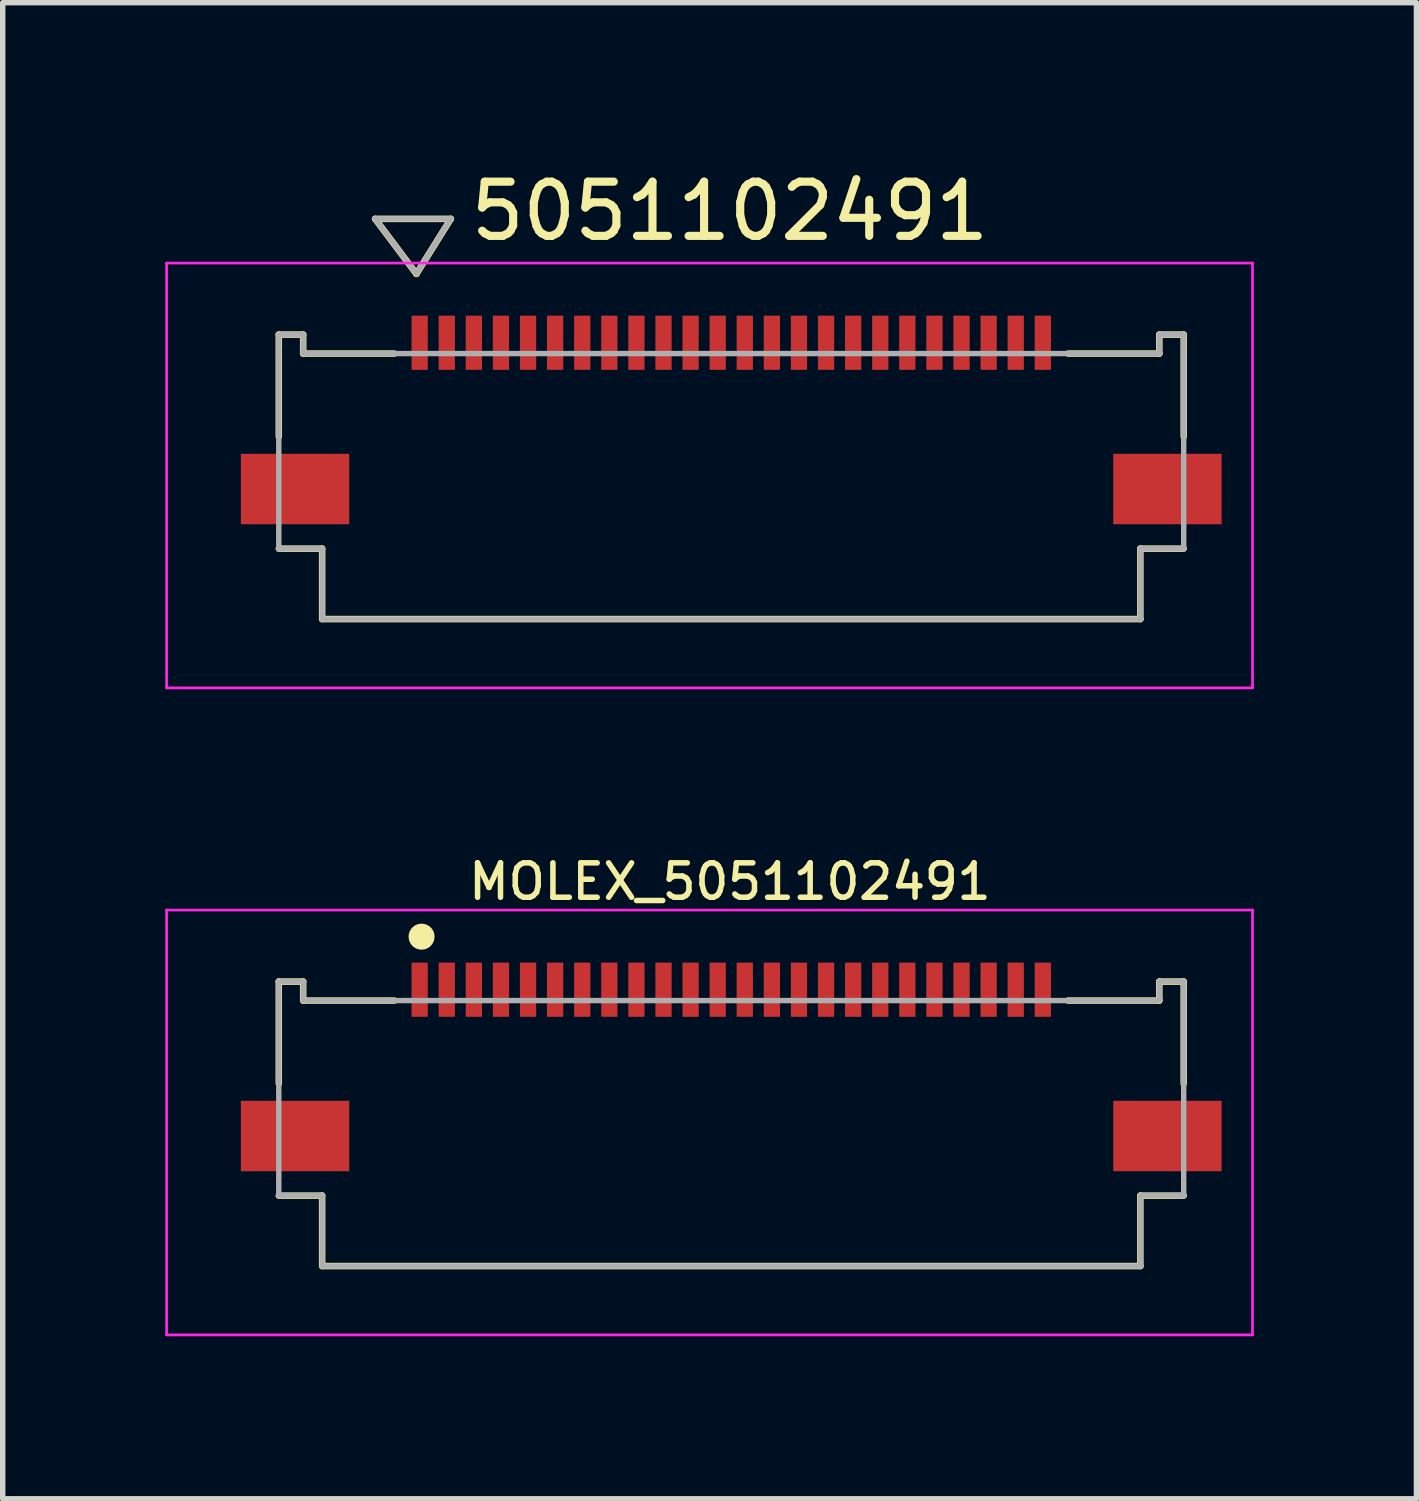
<source format=kicad_pcb>
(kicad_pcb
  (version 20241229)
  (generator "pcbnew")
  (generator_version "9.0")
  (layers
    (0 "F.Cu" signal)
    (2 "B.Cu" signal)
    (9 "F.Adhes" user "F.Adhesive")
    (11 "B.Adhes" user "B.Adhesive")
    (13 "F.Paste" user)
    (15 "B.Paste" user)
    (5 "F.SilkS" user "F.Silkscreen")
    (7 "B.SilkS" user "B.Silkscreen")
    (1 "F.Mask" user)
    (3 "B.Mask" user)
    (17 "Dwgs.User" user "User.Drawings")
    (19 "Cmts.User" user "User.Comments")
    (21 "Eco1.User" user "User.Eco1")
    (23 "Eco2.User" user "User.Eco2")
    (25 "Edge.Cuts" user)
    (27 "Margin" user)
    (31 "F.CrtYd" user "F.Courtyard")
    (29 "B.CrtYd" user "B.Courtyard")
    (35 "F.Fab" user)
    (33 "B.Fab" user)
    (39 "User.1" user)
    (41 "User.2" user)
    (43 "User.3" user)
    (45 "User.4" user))
  (footprint "MOLEX_5051102491"
    (layer "F.Cu")
    (at 10.445 17.665)
    (property "Reference" "MOLEX_5051102491" (at -0.025 -4.445 0) (layer "F.SilkS") (effects (font (size 0.635 0.635) (thickness 0.102))))
    (attr smd)
    (fp_line (start -8.35 -2.6) (end -7.9 -2.6) (stroke (width 0.12) (type solid)) (layer "F.SilkS"))
    (fp_line (start -8.35 -0.718) (end -8.35 -2.6) (stroke (width 0.12) (type solid)) (layer "F.SilkS"))
    (fp_line (start -7.9 -2.6) (end -7.9 -2.25) (stroke (width 0.12) (type solid)) (layer "F.SilkS"))
    (fp_line (start -7.9 -2.25) (end -6.218 -2.25) (stroke (width 0.12) (type solid)) (layer "F.SilkS"))
    (fp_line (start -7.55 1.35) (end -8.35 1.35) (stroke (width 0.12) (type solid)) (layer "F.SilkS"))
    (fp_line (start -7.55 2.65) (end -7.55 1.35) (stroke (width 0.12) (type solid)) (layer "F.SilkS"))
    (fp_line (start -7.55 2.65) (end 7.55 2.65) (stroke (width 0.12) (type solid)) (layer "F.SilkS"))
    (fp_line (start 6.217 -2.25) (end 7.9 -2.25) (stroke (width 0.12) (type solid)) (layer "F.SilkS"))
    (fp_line (start 7.55 1.35) (end 7.55 2.65) (stroke (width 0.12) (type solid)) (layer "F.SilkS"))
    (fp_line (start 7.9 -2.6) (end 8.35 -2.6) (stroke (width 0.12) (type solid)) (layer "F.SilkS"))
    (fp_line (start 7.9 -2.25) (end 7.9 -2.6) (stroke (width 0.12) (type solid)) (layer "F.SilkS"))
    (fp_line (start 8.35 -2.6) (end 8.35 -0.718) (stroke (width 0.12) (type solid)) (layer "F.SilkS"))
    (fp_line (start 8.35 1.35) (end 7.55 1.35) (stroke (width 0.12) (type solid)) (layer "F.SilkS"))
    (fp_circle (center -5.715 -3.429) (end -5.535 -3.429) (stroke (width 0.12) (type solid)) (fill yes) (layer "F.SilkS"))
    (fp_line (start -10.42 -3.92) (end -10.42 3.92) (stroke (width 0.05) (type solid)) (layer "F.CrtYd"))
    (fp_line (start -10.42 3.92) (end 9.62 3.92) (stroke (width 0.05) (type solid)) (layer "F.CrtYd"))
    (fp_line (start 9.62 -3.92) (end -10.42 -3.92) (stroke (width 0.05) (type solid)) (layer "F.CrtYd"))
    (fp_line (start 9.62 3.92) (end 9.62 -3.92) (stroke (width 0.05) (type solid)) (layer "F.CrtYd"))
    (fp_line (start -8.35 -2.6) (end -7.9 -2.6) (stroke (width 0.1) (type solid)) (layer "F.Fab"))
    (fp_line (start -8.35 1.35) (end -8.35 -2.6) (stroke (width 0.1) (type solid)) (layer "F.Fab"))
    (fp_line (start -7.9 -2.6) (end -7.9 -2.25) (stroke (width 0.1) (type solid)) (layer "F.Fab"))
    (fp_line (start -7.9 -2.25) (end 7.9 -2.25) (stroke (width 0.1) (type solid)) (layer "F.Fab"))
    (fp_line (start -7.55 1.35) (end -8.35 1.35) (stroke (width 0.1) (type solid)) (layer "F.Fab"))
    (fp_line (start -7.55 2.65) (end -7.55 1.35) (stroke (width 0.1) (type solid)) (layer "F.Fab"))
    (fp_line (start -7.55 2.65) (end 7.55 2.65) (stroke (width 0.1) (type solid)) (layer "F.Fab"))
    (fp_line (start 7.55 1.35) (end 7.55 2.65) (stroke (width 0.1) (type solid)) (layer "F.Fab"))
    (fp_line (start 7.9 -2.6) (end 8.35 -2.6) (stroke (width 0.1) (type solid)) (layer "F.Fab"))
    (fp_line (start 7.9 -2.25) (end 7.9 -2.6) (stroke (width 0.1) (type solid)) (layer "F.Fab"))
    (fp_line (start 8.35 -2.6) (end 8.35 1.35) (stroke (width 0.1) (type solid)) (layer "F.Fab"))
    (fp_line (start 8.35 1.35) (end 7.55 1.35) (stroke (width 0.1) (type solid)) (layer "F.Fab"))
    (pad "1" smd rect (at -5.75 -2.45) (size 0.3 1) (layers "F.Cu" "F.Mask" "F.Paste"))
    (pad "2" smd rect (at -5.25 -2.45) (size 0.3 1) (layers "F.Cu" "F.Mask" "F.Paste"))
    (pad "3" smd rect (at -4.75 -2.45) (size 0.3 1) (layers "F.Cu" "F.Mask" "F.Paste"))
    (pad "4" smd rect (at -4.25 -2.45) (size 0.3 1) (layers "F.Cu" "F.Mask" "F.Paste"))
    (pad "5" smd rect (at -3.75 -2.45) (size 0.3 1) (layers "F.Cu" "F.Mask" "F.Paste"))
    (pad "6" smd rect (at -3.25 -2.45) (size 0.3 1) (layers "F.Cu" "F.Mask" "F.Paste"))
    (pad "7" smd rect (at -2.75 -2.45) (size 0.3 1) (layers "F.Cu" "F.Mask" "F.Paste"))
    (pad "8" smd rect (at -2.25 -2.45) (size 0.3 1) (layers "F.Cu" "F.Mask" "F.Paste"))
    (pad "9" smd rect (at -1.75 -2.45) (size 0.3 1) (layers "F.Cu" "F.Mask" "F.Paste"))
    (pad "10" smd rect (at -1.25 -2.45) (size 0.3 1) (layers "F.Cu" "F.Mask" "F.Paste"))
    (pad "11" smd rect (at -0.75 -2.45) (size 0.3 1) (layers "F.Cu" "F.Mask" "F.Paste"))
    (pad "12" smd rect (at -0.25 -2.45) (size 0.3 1) (layers "F.Cu" "F.Mask" "F.Paste"))
    (pad "13" smd rect (at 0.25 -2.45) (size 0.3 1) (layers "F.Cu" "F.Mask" "F.Paste"))
    (pad "14" smd rect (at 0.75 -2.45) (size 0.3 1) (layers "F.Cu" "F.Mask" "F.Paste"))
    (pad "15" smd rect (at 1.25 -2.45) (size 0.3 1) (layers "F.Cu" "F.Mask" "F.Paste"))
    (pad "16" smd rect (at 1.75 -2.45) (size 0.3 1) (layers "F.Cu" "F.Mask" "F.Paste"))
    (pad "17" smd rect (at 2.25 -2.45) (size 0.3 1) (layers "F.Cu" "F.Mask" "F.Paste"))
    (pad "18" smd rect (at 2.75 -2.45) (size 0.3 1) (layers "F.Cu" "F.Mask" "F.Paste"))
    (pad "19" smd rect (at 3.25 -2.45) (size 0.3 1) (layers "F.Cu" "F.Mask" "F.Paste"))
    (pad "20" smd rect (at 3.75 -2.45) (size 0.3 1) (layers "F.Cu" "F.Mask" "F.Paste"))
    (pad "21" smd rect (at 4.25 -2.45) (size 0.3 1) (layers "F.Cu" "F.Mask" "F.Paste"))
    (pad "22" smd rect (at 4.75 -2.45) (size 0.3 1) (layers "F.Cu" "F.Mask" "F.Paste"))
    (pad "23" smd rect (at 5.25 -2.45) (size 0.3 1) (layers "F.Cu" "F.Mask" "F.Paste"))
    (pad "24" smd rect (at 5.75 -2.45) (size 0.3 1) (layers "F.Cu" "F.Mask" "F.Paste"))
    (pad "P1" smd rect (at -8.05 0.25) (size 2 1.3) (layers "F.Cu" "F.Mask" "F.Paste"))
    (pad "P2" smd rect (at 8.05 0.25) (size 2 1.3) (layers "F.Cu" "F.Mask" "F.Paste")))
  (footprint "5051102491"
    (layer "F.Cu")
    (at 10.445 5.725)
    (property "Reference" "5051102491" (at -0.025 -4.877 0) (layer "F.SilkS") (effects (font (size 1 1) (thickness 0.15))))
    (attr through_hole)
    (fp_line (start -8.35 -2.6) (end -7.9 -2.6) (stroke (width 0.12) (type solid)) (layer "F.SilkS"))
    (fp_line (start -8.35 -0.718) (end -8.35 -2.6) (stroke (width 0.12) (type solid)) (layer "F.SilkS"))
    (fp_line (start -7.9 -2.6) (end -7.9 -2.25) (stroke (width 0.12) (type solid)) (layer "F.SilkS"))
    (fp_line (start -7.9 -2.25) (end -6.218 -2.25) (stroke (width 0.12) (type solid)) (layer "F.SilkS"))
    (fp_line (start -7.55 1.35) (end -8.35 1.35) (stroke (width 0.12) (type solid)) (layer "F.SilkS"))
    (fp_line (start -7.55 2.65) (end -7.55 1.35) (stroke (width 0.12) (type solid)) (layer "F.SilkS"))
    (fp_line (start -7.55 2.65) (end 7.55 2.65) (stroke (width 0.12) (type solid)) (layer "F.SilkS"))
    (fp_line (start -6.572 -4.736) (end -5.81 -3.72) (stroke (width 0.12) (type solid)) (layer "F.SilkS"))
    (fp_line (start -6.572 -4.736) (end -5.175 -4.736) (stroke (width 0.12) (type solid)) (layer "F.SilkS"))
    (fp_line (start -5.175 -4.736) (end -5.81 -3.72) (stroke (width 0.12) (type solid)) (layer "F.SilkS"))
    (fp_line (start 6.217 -2.25) (end 7.9 -2.25) (stroke (width 0.12) (type solid)) (layer "F.SilkS"))
    (fp_line (start 7.55 1.35) (end 7.55 2.65) (stroke (width 0.12) (type solid)) (layer "F.SilkS"))
    (fp_line (start 7.9 -2.6) (end 8.35 -2.6) (stroke (width 0.12) (type solid)) (layer "F.SilkS"))
    (fp_line (start 7.9 -2.25) (end 7.9 -2.6) (stroke (width 0.12) (type solid)) (layer "F.SilkS"))
    (fp_line (start 8.35 -2.6) (end 8.35 -0.718) (stroke (width 0.12) (type solid)) (layer "F.SilkS"))
    (fp_line (start 8.35 1.35) (end 7.55 1.35) (stroke (width 0.12) (type solid)) (layer "F.SilkS"))
    (fp_line (start -10.42 -3.92) (end -10.42 3.92) (stroke (width 0.05) (type solid)) (layer "F.CrtYd"))
    (fp_line (start -10.42 3.92) (end 9.62 3.92) (stroke (width 0.05) (type solid)) (layer "F.CrtYd"))
    (fp_line (start 9.62 -3.92) (end -10.42 -3.92) (stroke (width 0.05) (type solid)) (layer "F.CrtYd"))
    (fp_line (start 9.62 3.92) (end 9.62 -3.92) (stroke (width 0.05) (type solid)) (layer "F.CrtYd"))
    (fp_line (start -8.35 -2.6) (end -7.9 -2.6) (stroke (width 0.1) (type solid)) (layer "F.Fab"))
    (fp_line (start -8.35 1.35) (end -8.35 -2.6) (stroke (width 0.1) (type solid)) (layer "F.Fab"))
    (fp_line (start -7.9 -2.6) (end -7.9 -2.25) (stroke (width 0.1) (type solid)) (layer "F.Fab"))
    (fp_line (start -7.9 -2.25) (end 7.9 -2.25) (stroke (width 0.1) (type solid)) (layer "F.Fab"))
    (fp_line (start -7.55 1.35) (end -8.35 1.35) (stroke (width 0.1) (type solid)) (layer "F.Fab"))
    (fp_line (start -7.55 2.65) (end -7.55 1.35) (stroke (width 0.1) (type solid)) (layer "F.Fab"))
    (fp_line (start -7.55 2.65) (end 7.55 2.65) (stroke (width 0.1) (type solid)) (layer "F.Fab"))
    (fp_line (start -6.572 -4.736) (end -5.81 -3.72) (stroke (width 0.1) (type solid)) (layer "F.Fab"))
    (fp_line (start -6.572 -4.736) (end -5.175 -4.736) (stroke (width 0.1) (type solid)) (layer "F.Fab"))
    (fp_line (start -5.175 -4.736) (end -5.81 -3.72) (stroke (width 0.1) (type solid)) (layer "F.Fab"))
    (fp_line (start 7.55 1.35) (end 7.55 2.65) (stroke (width 0.1) (type solid)) (layer "F.Fab"))
    (fp_line (start 7.9 -2.6) (end 8.35 -2.6) (stroke (width 0.1) (type solid)) (layer "F.Fab"))
    (fp_line (start 7.9 -2.25) (end 7.9 -2.6) (stroke (width 0.1) (type solid)) (layer "F.Fab"))
    (fp_line (start 8.35 -2.6) (end 8.35 1.35) (stroke (width 0.1) (type solid)) (layer "F.Fab"))
    (fp_line (start 8.35 1.35) (end 7.55 1.35) (stroke (width 0.1) (type solid)) (layer "F.Fab"))
    (pad "1" smd rect (at -5.75 -2.45) (size 0.3 1) (layers "F.Cu" "F.Mask" "F.Paste"))
    (pad "2" smd rect (at -5.25 -2.45) (size 0.3 1) (layers "F.Cu" "F.Mask" "F.Paste"))
    (pad "3" smd rect (at -4.75 -2.45) (size 0.3 1) (layers "F.Cu" "F.Mask" "F.Paste"))
    (pad "4" smd rect (at -4.25 -2.45) (size 0.3 1) (layers "F.Cu" "F.Mask" "F.Paste"))
    (pad "5" smd rect (at -3.75 -2.45) (size 0.3 1) (layers "F.Cu" "F.Mask" "F.Paste"))
    (pad "6" smd rect (at -3.25 -2.45) (size 0.3 1) (layers "F.Cu" "F.Mask" "F.Paste"))
    (pad "7" smd rect (at -2.75 -2.45) (size 0.3 1) (layers "F.Cu" "F.Mask" "F.Paste"))
    (pad "8" smd rect (at -2.25 -2.45) (size 0.3 1) (layers "F.Cu" "F.Mask" "F.Paste"))
    (pad "9" smd rect (at -1.75 -2.45) (size 0.3 1) (layers "F.Cu" "F.Mask" "F.Paste"))
    (pad "10" smd rect (at -1.25 -2.45) (size 0.3 1) (layers "F.Cu" "F.Mask" "F.Paste"))
    (pad "11" smd rect (at -0.75 -2.45) (size 0.3 1) (layers "F.Cu" "F.Mask" "F.Paste"))
    (pad "12" smd rect (at -0.25 -2.45) (size 0.3 1) (layers "F.Cu" "F.Mask" "F.Paste"))
    (pad "13" smd rect (at 0.25 -2.45) (size 0.3 1) (layers "F.Cu" "F.Mask" "F.Paste"))
    (pad "14" smd rect (at 0.75 -2.45) (size 0.3 1) (layers "F.Cu" "F.Mask" "F.Paste"))
    (pad "15" smd rect (at 1.25 -2.45) (size 0.3 1) (layers "F.Cu" "F.Mask" "F.Paste"))
    (pad "16" smd rect (at 1.75 -2.45) (size 0.3 1) (layers "F.Cu" "F.Mask" "F.Paste"))
    (pad "17" smd rect (at 2.25 -2.45) (size 0.3 1) (layers "F.Cu" "F.Mask" "F.Paste"))
    (pad "18" smd rect (at 2.75 -2.45) (size 0.3 1) (layers "F.Cu" "F.Mask" "F.Paste"))
    (pad "19" smd rect (at 3.25 -2.45) (size 0.3 1) (layers "F.Cu" "F.Mask" "F.Paste"))
    (pad "20" smd rect (at 3.75 -2.45) (size 0.3 1) (layers "F.Cu" "F.Mask" "F.Paste"))
    (pad "21" smd rect (at 4.25 -2.45) (size 0.3 1) (layers "F.Cu" "F.Mask" "F.Paste"))
    (pad "22" smd rect (at 4.75 -2.45) (size 0.3 1) (layers "F.Cu" "F.Mask" "F.Paste"))
    (pad "23" smd rect (at 5.25 -2.45) (size 0.3 1) (layers "F.Cu" "F.Mask" "F.Paste"))
    (pad "24" smd rect (at 5.75 -2.45) (size 0.3 1) (layers "F.Cu" "F.Mask" "F.Paste"))
    (pad "P1" smd rect (at -8.05 0.25) (size 2 1.3) (layers "F.Cu" "F.Mask" "F.Paste"))
    (pad "P2" smd rect (at 8.05 0.25) (size 2 1.3) (layers "F.Cu" "F.Mask" "F.Paste")))
  (gr_rect
    (start -3 -3)
    (end 23.09 24.61)
    (stroke (width 0.1) (type default))
    (fill no)
    (layer "Edge.Cuts")))
</source>
